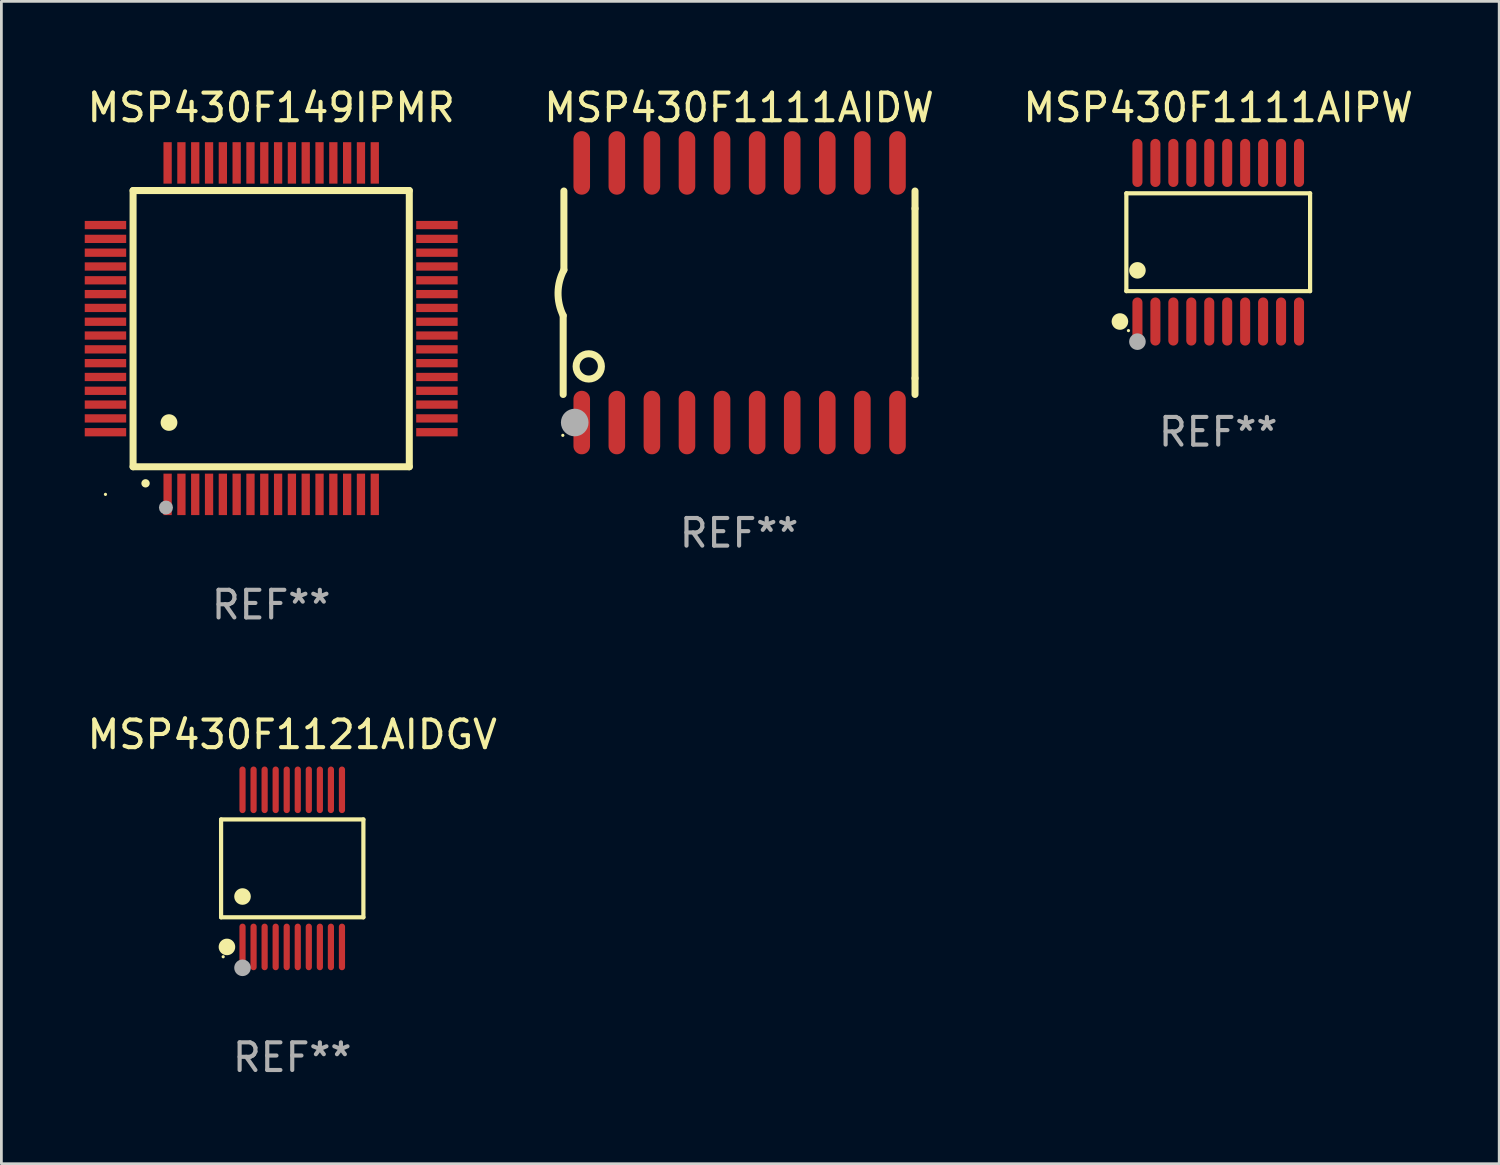
<source format=kicad_pcb>
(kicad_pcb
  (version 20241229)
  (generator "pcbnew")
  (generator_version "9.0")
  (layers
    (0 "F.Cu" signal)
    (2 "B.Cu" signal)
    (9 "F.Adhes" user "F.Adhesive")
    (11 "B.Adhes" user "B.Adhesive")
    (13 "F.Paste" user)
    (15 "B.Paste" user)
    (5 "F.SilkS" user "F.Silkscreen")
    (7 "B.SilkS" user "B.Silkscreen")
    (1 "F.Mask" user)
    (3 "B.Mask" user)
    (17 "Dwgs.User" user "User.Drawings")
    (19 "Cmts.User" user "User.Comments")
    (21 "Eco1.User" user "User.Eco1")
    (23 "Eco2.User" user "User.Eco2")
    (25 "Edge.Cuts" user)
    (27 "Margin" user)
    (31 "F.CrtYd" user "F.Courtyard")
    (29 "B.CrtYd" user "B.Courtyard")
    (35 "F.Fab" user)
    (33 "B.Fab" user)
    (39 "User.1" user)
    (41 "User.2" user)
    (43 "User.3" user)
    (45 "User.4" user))
  (footprint "MSP430F1111AIPW"
    (layer "F.Cu")
    (at 41.054 5.719)
    (property "Reference" "MSP430F1111AIPW" (at 0 -4.871 0) (layer "F.SilkS") (effects (font (size 1 1) (thickness 0.15))))
    (attr through_hole)
    (fp_line (start -3.326 -1.771) (end 3.326 -1.771) (stroke (width 0.152) (type solid)) (layer "F.SilkS"))
    (fp_line (start -3.326 1.771) (end -3.326 -1.771) (stroke (width 0.152) (type solid)) (layer "F.SilkS"))
    (fp_line (start 3.326 -1.771) (end 3.326 1.771) (stroke (width 0.152) (type solid)) (layer "F.SilkS"))
    (fp_line (start 3.326 1.771) (end -3.326 1.771) (stroke (width 0.152) (type solid)) (layer "F.SilkS"))
    (fp_circle (center -3.559 2.871) (end -3.409 2.871) (stroke (width 0.3) (type solid)) (fill no) (layer "F.SilkS"))
    (fp_circle (center -3.25 3.2) (end -3.22 3.2) (stroke (width 0.06) (type solid)) (fill no) (layer "F.SilkS"))
    (fp_circle (center -2.925 1.019) (end -2.775 1.019) (stroke (width 0.3) (type solid)) (fill no) (layer "F.SilkS"))
    (fp_circle (center -2.925 3.6) (end -2.775 3.6) (stroke (width 0.3) (type solid)) (fill no) (layer "F.Fab"))
    (fp_text user "REF**" (at 0 6.871 0) (layer "F.Fab") (effects (font (size 1 1) (thickness 0.15))))
    (pad "1" smd oval (at -2.925 2.871) (size 0.364 1.742) (layers "F.Cu" "F.Mask" "F.Paste"))
    (pad "2" smd oval (at -2.275 2.871) (size 0.364 1.742) (layers "F.Cu" "F.Mask" "F.Paste"))
    (pad "3" smd oval (at -1.625 2.871) (size 0.364 1.742) (layers "F.Cu" "F.Mask" "F.Paste"))
    (pad "4" smd oval (at -0.975 2.871) (size 0.364 1.742) (layers "F.Cu" "F.Mask" "F.Paste"))
    (pad "5" smd oval (at -0.325 2.871) (size 0.364 1.742) (layers "F.Cu" "F.Mask" "F.Paste"))
    (pad "6" smd oval (at 0.325 2.871) (size 0.364 1.742) (layers "F.Cu" "F.Mask" "F.Paste"))
    (pad "7" smd oval (at 0.975 2.871) (size 0.364 1.742) (layers "F.Cu" "F.Mask" "F.Paste"))
    (pad "8" smd oval (at 1.625 2.871) (size 0.364 1.742) (layers "F.Cu" "F.Mask" "F.Paste"))
    (pad "9" smd oval (at 2.275 2.871) (size 0.364 1.742) (layers "F.Cu" "F.Mask" "F.Paste"))
    (pad "10" smd oval (at 2.925 2.871) (size 0.364 1.742) (layers "F.Cu" "F.Mask" "F.Paste"))
    (pad "11" smd oval (at 2.925 -2.871) (size 0.364 1.742) (layers "F.Cu" "F.Mask" "F.Paste"))
    (pad "12" smd oval (at 2.275 -2.871) (size 0.364 1.742) (layers "F.Cu" "F.Mask" "F.Paste"))
    (pad "13" smd oval (at 1.625 -2.871) (size 0.364 1.742) (layers "F.Cu" "F.Mask" "F.Paste"))
    (pad "14" smd oval (at 0.975 -2.871) (size 0.364 1.742) (layers "F.Cu" "F.Mask" "F.Paste"))
    (pad "15" smd oval (at 0.325 -2.871) (size 0.364 1.742) (layers "F.Cu" "F.Mask" "F.Paste"))
    (pad "16" smd oval (at -0.325 -2.871) (size 0.364 1.742) (layers "F.Cu" "F.Mask" "F.Paste"))
    (pad "17" smd oval (at -0.975 -2.871) (size 0.364 1.742) (layers "F.Cu" "F.Mask" "F.Paste"))
    (pad "18" smd oval (at -1.625 -2.871) (size 0.364 1.742) (layers "F.Cu" "F.Mask" "F.Paste"))
    (pad "19" smd oval (at -2.275 -2.871) (size 0.364 1.742) (layers "F.Cu" "F.Mask" "F.Paste"))
    (pad "20" smd oval (at -2.925 -2.871) (size 0.364 1.742) (layers "F.Cu" "F.Mask" "F.Paste")))
  (footprint "MSP430F149IPMR"
    (layer "F.Cu")
    (at 6.768 8.848)
    (property "Reference" "MSP430F149IPMR" (at 0 -8 0) (layer "F.SilkS") (effects (font (size 1 1) (thickness 0.15))))
    (attr through_hole)
    (fp_line (start -5 -5) (end -5 5) (stroke (width 0.254) (type solid)) (layer "F.SilkS"))
    (fp_line (start -5 -5) (end 5 -5) (stroke (width 0.254) (type solid)) (layer "F.SilkS"))
    (fp_line (start -5 5) (end 5 5) (stroke (width 0.254) (type solid)) (layer "F.SilkS"))
    (fp_line (start 5 -5) (end 5 5) (stroke (width 0.254) (type solid)) (layer "F.SilkS"))
    (fp_arc (start -4.549987 5.6) (mid -4.548717 5.599995) (end -4.547447 5.6) (stroke (width 0.3) (type solid)) (layer "F.SilkS"))
    (fp_arc (start -3.703835 3.400076) (mid -3.700025 3.400052) (end -3.696215 3.400076) (stroke (width 0.6) (type solid)) (layer "F.SilkS"))
    (fp_circle (center -6 6) (end -5.97 6) (stroke (width 0.06) (type solid)) (fill no) (layer "F.SilkS"))
    (fp_circle (center -3.81 6.477) (end -3.683 6.477) (stroke (width 0.254) (type solid)) (fill no) (layer "F.Fab"))
    (fp_text user "REF**" (at 0 10 0) (layer "F.Fab") (effects (font (size 1 1) (thickness 0.15))))
    (pad "1" smd rect (at -3.75 6 180) (size 0.3 1.5) (layers "F.Cu" "F.Mask" "F.Paste"))
    (pad "2" smd rect (at -3.25 6 180) (size 0.3 1.5) (layers "F.Cu" "F.Mask" "F.Paste"))
    (pad "3" smd rect (at -2.75 6 180) (size 0.3 1.5) (layers "F.Cu" "F.Mask" "F.Paste"))
    (pad "4" smd rect (at -2.25 6 180) (size 0.3 1.5) (layers "F.Cu" "F.Mask" "F.Paste"))
    (pad "5" smd rect (at -1.75 6 180) (size 0.3 1.5) (layers "F.Cu" "F.Mask" "F.Paste"))
    (pad "6" smd rect (at -1.25 6 180) (size 0.3 1.5) (layers "F.Cu" "F.Mask" "F.Paste"))
    (pad "7" smd rect (at -0.75 6 180) (size 0.3 1.5) (layers "F.Cu" "F.Mask" "F.Paste"))
    (pad "8" smd rect (at -0.25 6 180) (size 0.3 1.5) (layers "F.Cu" "F.Mask" "F.Paste"))
    (pad "9" smd rect (at 0.25 6 180) (size 0.3 1.5) (layers "F.Cu" "F.Mask" "F.Paste"))
    (pad "10" smd rect (at 0.75 6 180) (size 0.3 1.5) (layers "F.Cu" "F.Mask" "F.Paste"))
    (pad "11" smd rect (at 1.25 6 180) (size 0.3 1.5) (layers "F.Cu" "F.Mask" "F.Paste"))
    (pad "12" smd rect (at 1.75 6 180) (size 0.3 1.5) (layers "F.Cu" "F.Mask" "F.Paste"))
    (pad "13" smd rect (at 2.25 6 180) (size 0.3 1.5) (layers "F.Cu" "F.Mask" "F.Paste"))
    (pad "14" smd rect (at 2.75 6 180) (size 0.3 1.5) (layers "F.Cu" "F.Mask" "F.Paste"))
    (pad "15" smd rect (at 3.25 6 180) (size 0.3 1.5) (layers "F.Cu" "F.Mask" "F.Paste"))
    (pad "16" smd rect (at 3.75 6 180) (size 0.3 1.5) (layers "F.Cu" "F.Mask" "F.Paste"))
    (pad "17" smd rect (at 6 3.75 90) (size 0.3 1.5) (layers "F.Cu" "F.Mask" "F.Paste"))
    (pad "18" smd rect (at 6 3.25 90) (size 0.3 1.5) (layers "F.Cu" "F.Mask" "F.Paste"))
    (pad "19" smd rect (at 6 2.75 90) (size 0.3 1.5) (layers "F.Cu" "F.Mask" "F.Paste"))
    (pad "20" smd rect (at 6 2.25 90) (size 0.3 1.5) (layers "F.Cu" "F.Mask" "F.Paste"))
    (pad "21" smd rect (at 6 1.75 90) (size 0.3 1.5) (layers "F.Cu" "F.Mask" "F.Paste"))
    (pad "22" smd rect (at 6 1.25 90) (size 0.3 1.5) (layers "F.Cu" "F.Mask" "F.Paste"))
    (pad "23" smd rect (at 6 0.75 90) (size 0.3 1.5) (layers "F.Cu" "F.Mask" "F.Paste"))
    (pad "24" smd rect (at 6 0.25 90) (size 0.3 1.5) (layers "F.Cu" "F.Mask" "F.Paste"))
    (pad "25" smd rect (at 6 -0.25 90) (size 0.3 1.5) (layers "F.Cu" "F.Mask" "F.Paste"))
    (pad "26" smd rect (at 6 -0.75 90) (size 0.3 1.5) (layers "F.Cu" "F.Mask" "F.Paste"))
    (pad "27" smd rect (at 6 -1.25 90) (size 0.3 1.5) (layers "F.Cu" "F.Mask" "F.Paste"))
    (pad "28" smd rect (at 6 -1.75 90) (size 0.3 1.5) (layers "F.Cu" "F.Mask" "F.Paste"))
    (pad "29" smd rect (at 6 -2.25 90) (size 0.3 1.5) (layers "F.Cu" "F.Mask" "F.Paste"))
    (pad "30" smd rect (at 6 -2.75 90) (size 0.3 1.5) (layers "F.Cu" "F.Mask" "F.Paste"))
    (pad "31" smd rect (at 6 -3.25 90) (size 0.3 1.5) (layers "F.Cu" "F.Mask" "F.Paste"))
    (pad "32" smd rect (at 6 -3.75 90) (size 0.3 1.5) (layers "F.Cu" "F.Mask" "F.Paste"))
    (pad "33" smd rect (at 3.75 -6 180) (size 0.3 1.5) (layers "F.Cu" "F.Mask" "F.Paste"))
    (pad "34" smd rect (at 3.25 -6 180) (size 0.3 1.5) (layers "F.Cu" "F.Mask" "F.Paste"))
    (pad "35" smd rect (at 2.75 -6 180) (size 0.3 1.5) (layers "F.Cu" "F.Mask" "F.Paste"))
    (pad "36" smd rect (at 2.25 -6 180) (size 0.3 1.5) (layers "F.Cu" "F.Mask" "F.Paste"))
    (pad "37" smd rect (at 1.75 -6 180) (size 0.3 1.5) (layers "F.Cu" "F.Mask" "F.Paste"))
    (pad "38" smd rect (at 1.25 -6 180) (size 0.3 1.5) (layers "F.Cu" "F.Mask" "F.Paste"))
    (pad "39" smd rect (at 0.75 -6 180) (size 0.3 1.5) (layers "F.Cu" "F.Mask" "F.Paste"))
    (pad "40" smd rect (at 0.25 -6 180) (size 0.3 1.5) (layers "F.Cu" "F.Mask" "F.Paste"))
    (pad "41" smd rect (at -0.25 -6 180) (size 0.3 1.5) (layers "F.Cu" "F.Mask" "F.Paste"))
    (pad "42" smd rect (at -0.75 -6 180) (size 0.3 1.5) (layers "F.Cu" "F.Mask" "F.Paste"))
    (pad "43" smd rect (at -1.25 -6 180) (size 0.3 1.5) (layers "F.Cu" "F.Mask" "F.Paste"))
    (pad "44" smd rect (at -1.75 -6 180) (size 0.3 1.5) (layers "F.Cu" "F.Mask" "F.Paste"))
    (pad "45" smd rect (at -2.25 -6 180) (size 0.3 1.5) (layers "F.Cu" "F.Mask" "F.Paste"))
    (pad "46" smd rect (at -2.75 -6 180) (size 0.3 1.5) (layers "F.Cu" "F.Mask" "F.Paste"))
    (pad "47" smd rect (at -3.25 -6 180) (size 0.3 1.5) (layers "F.Cu" "F.Mask" "F.Paste"))
    (pad "48" smd rect (at -3.75 -6 180) (size 0.3 1.5) (layers "F.Cu" "F.Mask" "F.Paste"))
    (pad "49" smd rect (at -6 -3.75 90) (size 0.3 1.5) (layers "F.Cu" "F.Mask" "F.Paste"))
    (pad "50" smd rect (at -6 -3.25 90) (size 0.3 1.5) (layers "F.Cu" "F.Mask" "F.Paste"))
    (pad "51" smd rect (at -6 -2.75 90) (size 0.3 1.5) (layers "F.Cu" "F.Mask" "F.Paste"))
    (pad "52" smd rect (at -6 -2.25 90) (size 0.3 1.5) (layers "F.Cu" "F.Mask" "F.Paste"))
    (pad "53" smd rect (at -6 -1.75 90) (size 0.3 1.5) (layers "F.Cu" "F.Mask" "F.Paste"))
    (pad "54" smd rect (at -6 -1.25 90) (size 0.3 1.5) (layers "F.Cu" "F.Mask" "F.Paste"))
    (pad "55" smd rect (at -6 -0.75 90) (size 0.3 1.5) (layers "F.Cu" "F.Mask" "F.Paste"))
    (pad "56" smd rect (at -6 -0.25 90) (size 0.3 1.5) (layers "F.Cu" "F.Mask" "F.Paste"))
    (pad "57" smd rect (at -6 0.25 90) (size 0.3 1.5) (layers "F.Cu" "F.Mask" "F.Paste"))
    (pad "58" smd rect (at -6 0.75 90) (size 0.3 1.5) (layers "F.Cu" "F.Mask" "F.Paste"))
    (pad "59" smd rect (at -6 1.25 90) (size 0.3 1.5) (layers "F.Cu" "F.Mask" "F.Paste"))
    (pad "60" smd rect (at -6 1.75 90) (size 0.3 1.5) (layers "F.Cu" "F.Mask" "F.Paste"))
    (pad "61" smd rect (at -6 2.25 90) (size 0.3 1.5) (layers "F.Cu" "F.Mask" "F.Paste"))
    (pad "62" smd rect (at -6 2.75 90) (size 0.3 1.5) (layers "F.Cu" "F.Mask" "F.Paste"))
    (pad "63" smd rect (at -6 3.25 90) (size 0.3 1.5) (layers "F.Cu" "F.Mask" "F.Paste"))
    (pad "64" smd rect (at -6 3.75 90) (size 0.3 1.5) (layers "F.Cu" "F.Mask" "F.Paste")))
  (footprint "MSP430F1111AIDW"
    (layer "F.Cu")
    (at 23.708 7.548)
    (property "Reference" "MSP430F1111AIDW" (at 0 -6.7 0) (layer "F.SilkS") (effects (font (size 1 1) (thickness 0.15))))
    (attr through_hole)
    (fp_line (start -6.369 0.826) (end -6.369 3.683) (stroke (width 0.254) (type solid)) (layer "F.SilkS"))
    (fp_line (start -6.343 -0.825) (end -6.343 -3.683) (stroke (width 0.254) (type solid)) (layer "F.SilkS"))
    (fp_line (start 6.369 -3.048) (end 6.369 -3.683) (stroke (width 0.254) (type solid)) (layer "F.SilkS"))
    (fp_line (start 6.369 -3.048) (end 6.369 3.096) (stroke (width 0.254) (type solid)) (layer "F.SilkS"))
    (fp_line (start 6.369 3.096) (end 6.369 3.683) (stroke (width 0.254) (type solid)) (layer "F.SilkS"))
    (fp_arc (start -6.36853 0.825552) (mid -6.554743 -0.00301) (end -6.343129 -0.825451) (stroke (width 0.254001) (type solid)) (layer "F.SilkS"))
    (fp_circle (center -6.382 5.163) (end -6.352 5.163) (stroke (width 0.06) (type solid)) (fill no) (layer "F.SilkS"))
    (fp_circle (center -5.443 2.667) (end -4.985 2.667) (stroke (width 0.254) (type solid)) (fill no) (layer "F.SilkS"))
    (fp_circle (center -5.951 4.699) (end -5.701 4.699) (stroke (width 0.5) (type solid)) (fill no) (layer "F.Fab"))
    (fp_text user "REF**" (at 0 8.7 0) (layer "F.Fab") (effects (font (size 1 1) (thickness 0.15))))
    (pad "1" smd oval (at -5.697 4.7 180) (size 0.6 2.3) (layers "F.Cu" "F.Mask" "F.Paste"))
    (pad "2" smd oval (at -4.427 4.7 180) (size 0.6 2.3) (layers "F.Cu" "F.Mask" "F.Paste"))
    (pad "3" smd oval (at -3.157 4.7 180) (size 0.6 2.3) (layers "F.Cu" "F.Mask" "F.Paste"))
    (pad "4" smd oval (at -1.887 4.7 180) (size 0.6 2.3) (layers "F.Cu" "F.Mask" "F.Paste"))
    (pad "5" smd oval (at -0.617 4.7 180) (size 0.6 2.3) (layers "F.Cu" "F.Mask" "F.Paste"))
    (pad "6" smd oval (at 0.653 4.7 180) (size 0.6 2.3) (layers "F.Cu" "F.Mask" "F.Paste"))
    (pad "7" smd oval (at 1.923 4.7 180) (size 0.6 2.3) (layers "F.Cu" "F.Mask" "F.Paste"))
    (pad "8" smd oval (at 3.193 4.7 180) (size 0.6 2.3) (layers "F.Cu" "F.Mask" "F.Paste"))
    (pad "9" smd oval (at 4.463 4.7 180) (size 0.6 2.3) (layers "F.Cu" "F.Mask" "F.Paste"))
    (pad "10" smd oval (at 5.734 4.7 180) (size 0.6 2.3) (layers "F.Cu" "F.Mask" "F.Paste"))
    (pad "11" smd oval (at 5.734 -4.7 180) (size 0.6 2.3) (layers "F.Cu" "F.Mask" "F.Paste"))
    (pad "12" smd oval (at 4.463 -4.7 180) (size 0.6 2.3) (layers "F.Cu" "F.Mask" "F.Paste"))
    (pad "13" smd oval (at 3.193 -4.7 180) (size 0.6 2.3) (layers "F.Cu" "F.Mask" "F.Paste"))
    (pad "14" smd oval (at 1.923 -4.7 180) (size 0.6 2.3) (layers "F.Cu" "F.Mask" "F.Paste"))
    (pad "15" smd oval (at 0.653 -4.7 180) (size 0.6 2.3) (layers "F.Cu" "F.Mask" "F.Paste"))
    (pad "16" smd oval (at -0.617 -4.7 180) (size 0.6 2.3) (layers "F.Cu" "F.Mask" "F.Paste"))
    (pad "17" smd oval (at -1.887 -4.7 180) (size 0.6 2.3) (layers "F.Cu" "F.Mask" "F.Paste"))
    (pad "18" smd oval (at -3.157 -4.7 180) (size 0.6 2.3) (layers "F.Cu" "F.Mask" "F.Paste"))
    (pad "19" smd oval (at -4.427 -4.7 180) (size 0.6 2.3) (layers "F.Cu" "F.Mask" "F.Paste"))
    (pad "20" smd oval (at -5.697 -4.7 180) (size 0.6 2.3) (layers "F.Cu" "F.Mask" "F.Paste")))
  (footprint "MSP430F1121AIDGV"
    (layer "F.Cu")
    (at 7.53 28.388)
    (property "Reference" "MSP430F1121AIDGV" (at 0 -4.844 0) (layer "F.SilkS") (effects (font (size 1 1) (thickness 0.15))))
    (attr through_hole)
    (fp_line (start -2.576 -1.771) (end 2.576 -1.771) (stroke (width 0.152) (type solid)) (layer "F.SilkS"))
    (fp_line (start -2.576 1.771) (end -2.576 -1.771) (stroke (width 0.152) (type solid)) (layer "F.SilkS"))
    (fp_line (start 2.576 -1.771) (end 2.576 1.771) (stroke (width 0.152) (type solid)) (layer "F.SilkS"))
    (fp_line (start 2.576 1.771) (end -2.576 1.771) (stroke (width 0.152) (type solid)) (layer "F.SilkS"))
    (fp_circle (center -2.5 3.2) (end -2.47 3.2) (stroke (width 0.06) (type solid)) (fill no) (layer "F.SilkS"))
    (fp_circle (center -2.364 2.844) (end -2.214 2.844) (stroke (width 0.3) (type solid)) (fill no) (layer "F.SilkS"))
    (fp_circle (center -1.8 1.019) (end -1.65 1.019) (stroke (width 0.3) (type solid)) (fill no) (layer "F.SilkS"))
    (fp_circle (center -1.8 3.6) (end -1.65 3.6) (stroke (width 0.3) (type solid)) (fill no) (layer "F.Fab"))
    (fp_text user "REF**" (at 0 6.844 0) (layer "F.Fab") (effects (font (size 1 1) (thickness 0.15))))
    (pad "1" smd oval (at -1.8 2.844) (size 0.224 1.687) (layers "F.Cu" "F.Mask" "F.Paste"))
    (pad "2" smd oval (at -1.4 2.844) (size 0.224 1.687) (layers "F.Cu" "F.Mask" "F.Paste"))
    (pad "3" smd oval (at -1 2.844) (size 0.224 1.687) (layers "F.Cu" "F.Mask" "F.Paste"))
    (pad "4" smd oval (at -0.6 2.844) (size 0.224 1.687) (layers "F.Cu" "F.Mask" "F.Paste"))
    (pad "5" smd oval (at -0.2 2.844) (size 0.224 1.687) (layers "F.Cu" "F.Mask" "F.Paste"))
    (pad "6" smd oval (at 0.2 2.844) (size 0.224 1.687) (layers "F.Cu" "F.Mask" "F.Paste"))
    (pad "7" smd oval (at 0.6 2.844) (size 0.224 1.687) (layers "F.Cu" "F.Mask" "F.Paste"))
    (pad "8" smd oval (at 1 2.844) (size 0.224 1.687) (layers "F.Cu" "F.Mask" "F.Paste"))
    (pad "9" smd oval (at 1.4 2.844) (size 0.224 1.687) (layers "F.Cu" "F.Mask" "F.Paste"))
    (pad "10" smd oval (at 1.8 2.844) (size 0.224 1.687) (layers "F.Cu" "F.Mask" "F.Paste"))
    (pad "11" smd oval (at 1.8 -2.844) (size 0.224 1.687) (layers "F.Cu" "F.Mask" "F.Paste"))
    (pad "12" smd oval (at 1.4 -2.844) (size 0.224 1.687) (layers "F.Cu" "F.Mask" "F.Paste"))
    (pad "13" smd oval (at 1 -2.844) (size 0.224 1.687) (layers "F.Cu" "F.Mask" "F.Paste"))
    (pad "14" smd oval (at 0.6 -2.844) (size 0.224 1.687) (layers "F.Cu" "F.Mask" "F.Paste"))
    (pad "15" smd oval (at 0.2 -2.844) (size 0.224 1.687) (layers "F.Cu" "F.Mask" "F.Paste"))
    (pad "16" smd oval (at -0.2 -2.844) (size 0.224 1.687) (layers "F.Cu" "F.Mask" "F.Paste"))
    (pad "17" smd oval (at -0.6 -2.844) (size 0.224 1.687) (layers "F.Cu" "F.Mask" "F.Paste"))
    (pad "18" smd oval (at -1 -2.844) (size 0.224 1.687) (layers "F.Cu" "F.Mask" "F.Paste"))
    (pad "19" smd oval (at -1.4 -2.844) (size 0.224 1.687) (layers "F.Cu" "F.Mask" "F.Paste"))
    (pad "20" smd oval (at -1.8 -2.844) (size 0.224 1.687) (layers "F.Cu" "F.Mask" "F.Paste")))
  (gr_rect
    (start -3 -3)
    (end 51.226 39.08)
    (stroke (width 0.1) (type default))
    (fill no)
    (layer "Edge.Cuts")))
</source>
